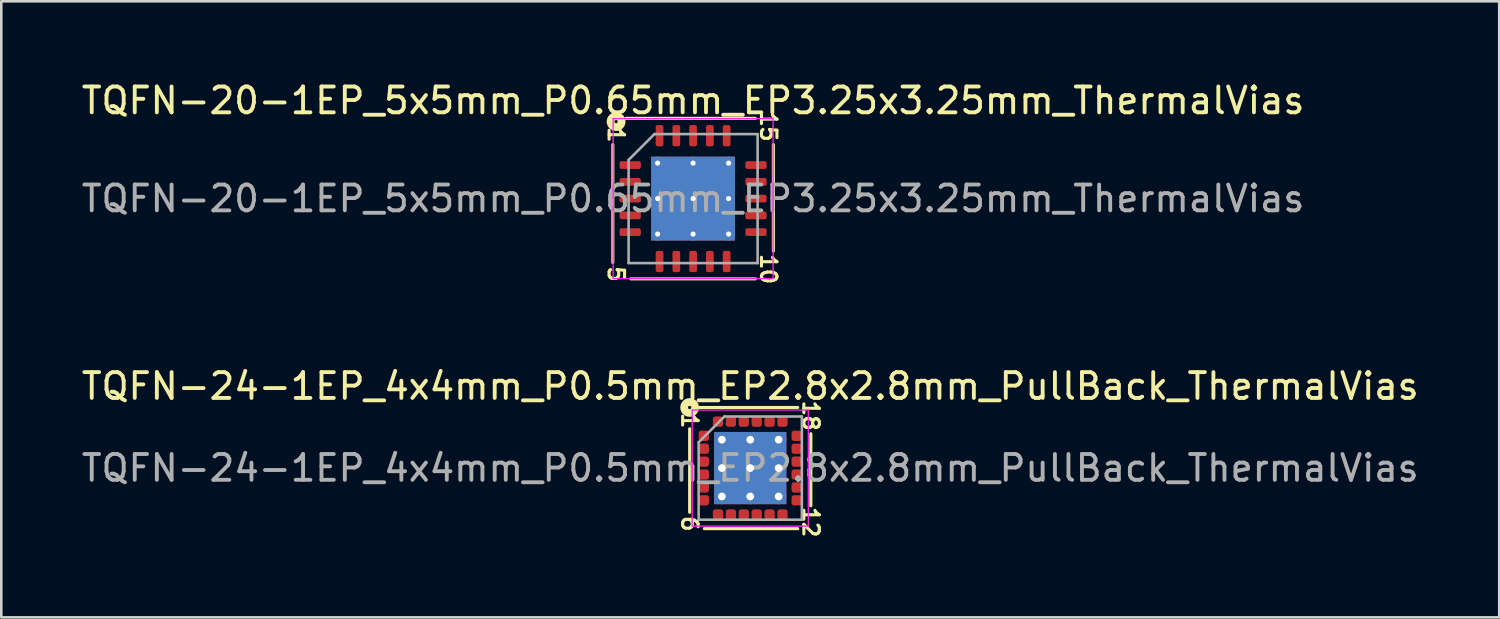
<source format=kicad_pcb>
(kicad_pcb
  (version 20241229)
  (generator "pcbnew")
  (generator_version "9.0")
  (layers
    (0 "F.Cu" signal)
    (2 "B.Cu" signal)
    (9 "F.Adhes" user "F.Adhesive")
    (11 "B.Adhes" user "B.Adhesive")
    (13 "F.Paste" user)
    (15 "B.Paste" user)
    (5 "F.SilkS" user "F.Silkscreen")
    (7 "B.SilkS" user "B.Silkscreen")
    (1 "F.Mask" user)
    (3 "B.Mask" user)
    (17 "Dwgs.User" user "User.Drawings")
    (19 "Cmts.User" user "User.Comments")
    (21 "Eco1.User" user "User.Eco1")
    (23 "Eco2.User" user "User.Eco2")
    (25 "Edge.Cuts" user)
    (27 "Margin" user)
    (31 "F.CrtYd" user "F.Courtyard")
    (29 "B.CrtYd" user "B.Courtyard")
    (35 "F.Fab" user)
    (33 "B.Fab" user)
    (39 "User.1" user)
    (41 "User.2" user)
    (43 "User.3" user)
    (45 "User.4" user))
  (footprint "TQFN-20-1EP_5x5mm_P0.65mm_EP3.25x3.25mm_ThermalVias"
    (layer "F.Cu")
    (at 23.815 4.648)
    (property "Reference" "TQFN-20-1EP_5x5mm_P0.65mm_EP3.25x3.25mm_ThermalVias" (at 0 -3.8 0) (layer "F.SilkS") (effects (font (size 1 1) (thickness 0.15))))
    (attr smd)
    (fp_line (start -3.111 -2.095) (end -3.111 2.477) (stroke (width 0.12) (type solid)) (layer "F.SilkS"))
    (fp_line (start -2.413 3.111) (end 2.413 3.111) (stroke (width 0.12) (type solid)) (layer "F.SilkS"))
    (fp_line (start 2.413 -3.111) (end -2.603 -3.111) (stroke (width 0.12) (type solid)) (layer "F.SilkS"))
    (fp_line (start 3.111 2.032) (end 3.111 -2.095) (stroke (width 0.12) (type solid)) (layer "F.SilkS"))
    (fp_circle (center -2.985 -2.985) (end -2.921 -2.985) (stroke (width 0.3) (type solid)) (fill no) (layer "F.SilkS"))
    (fp_line (start -3.1 -3.1) (end -3.1 3.1) (stroke (width 0.05) (type solid)) (layer "F.CrtYd"))
    (fp_line (start -3.1 3.1) (end 3.1 3.1) (stroke (width 0.05) (type solid)) (layer "F.CrtYd"))
    (fp_line (start 3.1 -3.1) (end -3.1 -3.1) (stroke (width 0.05) (type solid)) (layer "F.CrtYd"))
    (fp_line (start 3.1 3.1) (end 3.1 -3.1) (stroke (width 0.05) (type solid)) (layer "F.CrtYd"))
    (fp_line (start -2.5 -1.5) (end -1.5 -2.5) (stroke (width 0.1) (type solid)) (layer "F.Fab"))
    (fp_line (start -2.5 2.5) (end -2.5 -1.5) (stroke (width 0.1) (type solid)) (layer "F.Fab"))
    (fp_line (start -1.5 -2.5) (end 2.5 -2.5) (stroke (width 0.1) (type solid)) (layer "F.Fab"))
    (fp_line (start 2.5 -2.5) (end 2.5 2.5) (stroke (width 0.1) (type solid)) (layer "F.Fab"))
    (fp_line (start 2.5 2.5) (end -2.5 2.5) (stroke (width 0.1) (type solid)) (layer "F.Fab"))
    (fp_text user "1" (at -2.985 -2.477 270) (unlocked yes) (layer "F.SilkS") (effects (font (size 0.6 0.6) (thickness 0.12))))
    (fp_text user "5" (at -2.985 2.921 270) (unlocked yes) (layer "F.SilkS") (effects (font (size 0.6 0.6) (thickness 0.12))))
    (fp_text user "10" (at 2.921 2.731 270) (unlocked yes) (layer "F.SilkS") (effects (font (size 0.6 0.6) (thickness 0.12))))
    (fp_text user "15" (at 2.921 -2.794 270) (unlocked yes) (layer "F.SilkS") (effects (font (size 0.6 0.6) (thickness 0.12))))
    (fp_text user "${REFERENCE}" (at 0 0 0) (layer "F.Fab") (effects (font (size 1 1) (thickness 0.15))))
    (pad "" smd roundrect (at -0.81 -0.81) (size 1.41 1.41) (layers "F.Paste") (roundrect_rratio 0.177))
    (pad "" smd roundrect (at -0.81 0.81) (size 1.41 1.41) (layers "F.Paste") (roundrect_rratio 0.177))
    (pad "" smd roundrect (at 0.81 -0.81) (size 1.41 1.41) (layers "F.Paste") (roundrect_rratio 0.177))
    (pad "" smd roundrect (at 0.81 0.81) (size 1.41 1.41) (layers "F.Paste") (roundrect_rratio 0.177))
    (pad "1" smd roundrect (at -2.438 -1.3) (size 0.825 0.3) (layers "F.Cu" "F.Mask" "F.Paste") (roundrect_rratio 0.25))
    (pad "2" smd roundrect (at -2.438 -0.65) (size 0.825 0.3) (layers "F.Cu" "F.Mask" "F.Paste") (roundrect_rratio 0.25))
    (pad "3" smd roundrect (at -2.438 0) (size 0.825 0.3) (layers "F.Cu" "F.Mask" "F.Paste") (roundrect_rratio 0.25))
    (pad "4" smd roundrect (at -2.438 0.65) (size 0.825 0.3) (layers "F.Cu" "F.Mask" "F.Paste") (roundrect_rratio 0.25))
    (pad "5" smd roundrect (at -2.438 1.3) (size 0.825 0.3) (layers "F.Cu" "F.Mask" "F.Paste") (roundrect_rratio 0.25))
    (pad "6" smd roundrect (at -1.3 2.438) (size 0.3 0.825) (layers "F.Cu" "F.Mask" "F.Paste") (roundrect_rratio 0.25))
    (pad "7" smd roundrect (at -0.65 2.438) (size 0.3 0.825) (layers "F.Cu" "F.Mask" "F.Paste") (roundrect_rratio 0.25))
    (pad "8" smd roundrect (at 0 2.438) (size 0.3 0.825) (layers "F.Cu" "F.Mask" "F.Paste") (roundrect_rratio 0.25))
    (pad "9" smd roundrect (at 0.65 2.438) (size 0.3 0.825) (layers "F.Cu" "F.Mask" "F.Paste") (roundrect_rratio 0.25))
    (pad "10" smd roundrect (at 1.3 2.438) (size 0.3 0.825) (layers "F.Cu" "F.Mask" "F.Paste") (roundrect_rratio 0.25))
    (pad "11" smd roundrect (at 2.438 1.3) (size 0.825 0.3) (layers "F.Cu" "F.Mask" "F.Paste") (roundrect_rratio 0.25))
    (pad "12" smd roundrect (at 2.438 0.65) (size 0.825 0.3) (layers "F.Cu" "F.Mask" "F.Paste") (roundrect_rratio 0.25))
    (pad "13" smd roundrect (at 2.438 0) (size 0.825 0.3) (layers "F.Cu" "F.Mask" "F.Paste") (roundrect_rratio 0.25))
    (pad "14" smd roundrect (at 2.438 -0.65) (size 0.825 0.3) (layers "F.Cu" "F.Mask" "F.Paste") (roundrect_rratio 0.25))
    (pad "15" smd roundrect (at 2.438 -1.3) (size 0.825 0.3) (layers "F.Cu" "F.Mask" "F.Paste") (roundrect_rratio 0.25))
    (pad "16" smd roundrect (at 1.3 -2.438) (size 0.3 0.825) (layers "F.Cu" "F.Mask" "F.Paste") (roundrect_rratio 0.25))
    (pad "17" smd roundrect (at 0.65 -2.438) (size 0.3 0.825) (layers "F.Cu" "F.Mask" "F.Paste") (roundrect_rratio 0.25))
    (pad "18" smd roundrect (at 0 -2.438) (size 0.3 0.825) (layers "F.Cu" "F.Mask" "F.Paste") (roundrect_rratio 0.25))
    (pad "19" smd roundrect (at -0.65 -2.438) (size 0.3 0.825) (layers "F.Cu" "F.Mask" "F.Paste") (roundrect_rratio 0.25))
    (pad "20" smd roundrect (at -1.3 -2.438) (size 0.3 0.825) (layers "F.Cu" "F.Mask" "F.Paste") (roundrect_rratio 0.25))
    (pad "21" thru_hole circle (at -1.375 -1.375) (size 0.5 0.5) (drill 0.2) (layers "*.Cu"))
    (pad "21" thru_hole circle (at -1.375 0) (size 0.5 0.5) (drill 0.2) (layers "*.Cu"))
    (pad "21" thru_hole circle (at -1.375 1.375) (size 0.5 0.5) (drill 0.2) (layers "*.Cu"))
    (pad "21" thru_hole circle (at 0 -1.375) (size 0.5 0.5) (drill 0.2) (layers "*.Cu"))
    (pad "21" thru_hole circle (at 0 0) (size 0.5 0.5) (drill 0.2) (layers "*.Cu"))
    (pad "21" smd rect (at 0 0) (size 3.25 3.25) (layers "F.Cu" "F.Mask"))
    (pad "21" smd rect (at 0 0) (size 3.25 3.25) (layers "B.Cu" "B.Mask"))
    (pad "21" thru_hole circle (at 0 1.375) (size 0.5 0.5) (drill 0.2) (layers "*.Cu"))
    (pad "21" thru_hole circle (at 1.375 -1.375) (size 0.5 0.5) (drill 0.2) (layers "*.Cu"))
    (pad "21" thru_hole circle (at 1.375 0) (size 0.5 0.5) (drill 0.2) (layers "*.Cu"))
    (pad "21" thru_hole circle (at 1.375 1.375) (size 0.5 0.5) (drill 0.2) (layers "*.Cu")))
  (footprint "TQFN-24-1EP_4x4mm_P0.5mm_EP2.8x2.8mm_PullBack_ThermalVias"
    (layer "F.Cu")
    (at 26.03 15.093)
    (property "Reference" "TQFN-24-1EP_4x4mm_P0.5mm_EP2.8x2.8mm_PullBack_ThermalVias" (at 0 -3.175 0) (layer "F.SilkS") (effects (font (size 1 1) (thickness 0.15))))
    (attr smd)
    (fp_line (start -2.349 -1.524) (end -2.349 1.714) (stroke (width 0.12) (type solid)) (layer "F.SilkS"))
    (fp_line (start -1.778 2.349) (end 1.841 2.349) (stroke (width 0.12) (type solid)) (layer "F.SilkS"))
    (fp_line (start 1.841 -2.349) (end -1.968 -2.349) (stroke (width 0.12) (type solid)) (layer "F.SilkS"))
    (fp_line (start 2.349 1.46) (end 2.349 -1.333) (stroke (width 0.12) (type solid)) (layer "F.SilkS"))
    (fp_circle (center -2.349 -2.349) (end -2.286 -2.349) (stroke (width 0.3) (type solid)) (fill no) (layer "F.SilkS"))
    (fp_line (start -2.25 -2.25) (end -2.25 2.25) (stroke (width 0.05) (type solid)) (layer "F.CrtYd"))
    (fp_line (start -2.25 2.25) (end 2.25 2.25) (stroke (width 0.05) (type solid)) (layer "F.CrtYd"))
    (fp_line (start 2.25 -2.25) (end -2.25 -2.25) (stroke (width 0.05) (type solid)) (layer "F.CrtYd"))
    (fp_line (start 2.25 2.25) (end 2.25 -2.25) (stroke (width 0.05) (type solid)) (layer "F.CrtYd"))
    (fp_line (start -2 -1) (end -1 -2) (stroke (width 0.1) (type solid)) (layer "F.Fab"))
    (fp_line (start -2 2) (end -2 -1) (stroke (width 0.1) (type solid)) (layer "F.Fab"))
    (fp_line (start -1 -2) (end 2 -2) (stroke (width 0.1) (type solid)) (layer "F.Fab"))
    (fp_line (start 2 -2) (end 2 2) (stroke (width 0.1) (type solid)) (layer "F.Fab"))
    (fp_line (start 2 2) (end -2 2) (stroke (width 0.1) (type solid)) (layer "F.Fab"))
    (fp_text user "1" (at -2.349 -1.841 270) (unlocked yes) (layer "F.SilkS") (effects (font (size 0.6 0.6) (thickness 0.12))))
    (fp_text user "12" (at 2.349 2.095 270) (unlocked yes) (layer "F.SilkS") (effects (font (size 0.6 0.6) (thickness 0.12))))
    (fp_text user "18" (at 2.349 -2.032 270) (unlocked yes) (layer "F.SilkS") (effects (font (size 0.6 0.6) (thickness 0.12))))
    (fp_text user "6" (at -2.349 2.159 270) (unlocked yes) (layer "F.SilkS") (effects (font (size 0.6 0.6) (thickness 0.12))))
    (fp_text user "${REFERENCE}" (at 0 0 0) (layer "F.Fab") (effects (font (size 1 1) (thickness 0.15))))
    (pad "" smd roundrect (at -0.7 -0.7) (size 1.13 1.13) (layers "F.Paste") (roundrect_rratio 0.221))
    (pad "" smd roundrect (at -0.7 0.7) (size 1.13 1.13) (layers "F.Paste") (roundrect_rratio 0.221))
    (pad "" smd roundrect (at 0.7 -0.7) (size 1.13 1.13) (layers "F.Paste") (roundrect_rratio 0.221))
    (pad "" smd roundrect (at 0.7 0.7) (size 1.13 1.13) (layers "F.Paste") (roundrect_rratio 0.221))
    (pad "1" smd roundrect (at -1.8 -1.25) (size 0.4 0.4) (layers "F.Cu" "F.Mask" "F.Paste") (roundrect_rratio 0.25))
    (pad "2" smd roundrect (at -1.8 -0.75) (size 0.4 0.4) (layers "F.Cu" "F.Mask" "F.Paste") (roundrect_rratio 0.25))
    (pad "3" smd roundrect (at -1.8 -0.25) (size 0.4 0.4) (layers "F.Cu" "F.Mask" "F.Paste") (roundrect_rratio 0.25))
    (pad "4" smd roundrect (at -1.8 0.25) (size 0.4 0.4) (layers "F.Cu" "F.Mask" "F.Paste") (roundrect_rratio 0.25))
    (pad "5" smd roundrect (at -1.8 0.75) (size 0.4 0.4) (layers "F.Cu" "F.Mask" "F.Paste") (roundrect_rratio 0.25))
    (pad "6" smd roundrect (at -1.8 1.25) (size 0.4 0.4) (layers "F.Cu" "F.Mask" "F.Paste") (roundrect_rratio 0.25))
    (pad "7" smd roundrect (at -1.25 1.8) (size 0.4 0.4) (layers "F.Cu" "F.Mask" "F.Paste") (roundrect_rratio 0.25))
    (pad "8" smd roundrect (at -0.75 1.8) (size 0.4 0.4) (layers "F.Cu" "F.Mask" "F.Paste") (roundrect_rratio 0.25))
    (pad "9" smd roundrect (at -0.25 1.8) (size 0.4 0.4) (layers "F.Cu" "F.Mask" "F.Paste") (roundrect_rratio 0.25))
    (pad "10" smd roundrect (at 0.25 1.8) (size 0.4 0.4) (layers "F.Cu" "F.Mask" "F.Paste") (roundrect_rratio 0.25))
    (pad "11" smd roundrect (at 0.75 1.8) (size 0.4 0.4) (layers "F.Cu" "F.Mask" "F.Paste") (roundrect_rratio 0.25))
    (pad "12" smd roundrect (at 1.25 1.8) (size 0.4 0.4) (layers "F.Cu" "F.Mask" "F.Paste") (roundrect_rratio 0.25))
    (pad "13" smd roundrect (at 1.8 1.25) (size 0.4 0.4) (layers "F.Cu" "F.Mask" "F.Paste") (roundrect_rratio 0.25))
    (pad "14" smd roundrect (at 1.8 0.75) (size 0.4 0.4) (layers "F.Cu" "F.Mask" "F.Paste") (roundrect_rratio 0.25))
    (pad "15" smd roundrect (at 1.8 0.25) (size 0.4 0.4) (layers "F.Cu" "F.Mask" "F.Paste") (roundrect_rratio 0.25))
    (pad "16" smd roundrect (at 1.8 -0.25) (size 0.4 0.4) (layers "F.Cu" "F.Mask" "F.Paste") (roundrect_rratio 0.25))
    (pad "17" smd roundrect (at 1.8 -0.75) (size 0.4 0.4) (layers "F.Cu" "F.Mask" "F.Paste") (roundrect_rratio 0.25))
    (pad "18" smd roundrect (at 1.8 -1.25) (size 0.4 0.4) (layers "F.Cu" "F.Mask" "F.Paste") (roundrect_rratio 0.25))
    (pad "19" smd roundrect (at 1.25 -1.8) (size 0.4 0.4) (layers "F.Cu" "F.Mask" "F.Paste") (roundrect_rratio 0.25))
    (pad "20" smd roundrect (at 0.75 -1.8) (size 0.4 0.4) (layers "F.Cu" "F.Mask" "F.Paste") (roundrect_rratio 0.25))
    (pad "21" smd roundrect (at 0.25 -1.8) (size 0.4 0.4) (layers "F.Cu" "F.Mask" "F.Paste") (roundrect_rratio 0.25))
    (pad "22" smd roundrect (at -0.25 -1.8) (size 0.4 0.4) (layers "F.Cu" "F.Mask" "F.Paste") (roundrect_rratio 0.25))
    (pad "23" smd roundrect (at -0.75 -1.8) (size 0.4 0.4) (layers "F.Cu" "F.Mask" "F.Paste") (roundrect_rratio 0.25))
    (pad "24" smd roundrect (at -1.25 -1.8) (size 0.4 0.4) (layers "F.Cu" "F.Mask" "F.Paste") (roundrect_rratio 0.25))
    (pad "25" thru_hole circle (at -1.1 -1.1) (size 0.6 0.6) (drill 0.3) (layers "*.Cu"))
    (pad "25" thru_hole circle (at -1.1 0) (size 0.6 0.6) (drill 0.3) (layers "*.Cu"))
    (pad "25" thru_hole circle (at -1.1 1.1) (size 0.6 0.6) (drill 0.3) (layers "*.Cu"))
    (pad "25" thru_hole circle (at 0 -1.1) (size 0.6 0.6) (drill 0.3) (layers "*.Cu"))
    (pad "25" thru_hole circle (at 0 0) (size 0.6 0.6) (drill 0.3) (layers "*.Cu"))
    (pad "25" smd rect (at 0 0) (size 2.8 2.8) (layers "F.Cu" "F.Mask"))
    (pad "25" smd rect (at 0 0) (size 2.8 2.8) (layers "B.Cu" "B.Mask"))
    (pad "25" thru_hole circle (at 0 1.1) (size 0.6 0.6) (drill 0.3) (layers "*.Cu"))
    (pad "25" thru_hole circle (at 1.1 -1.1) (size 0.6 0.6) (drill 0.3) (layers "*.Cu"))
    (pad "25" thru_hole circle (at 1.1 0) (size 0.6 0.6) (drill 0.3) (layers "*.Cu"))
    (pad "25" thru_hole circle (at 1.1 1.1) (size 0.6 0.6) (drill 0.3) (layers "*.Cu")))
  (gr_rect
    (start -3 -3)
    (end 55.06 20.88)
    (stroke (width 0.1) (type default))
    (fill no)
    (layer "Edge.Cuts")))
</source>
